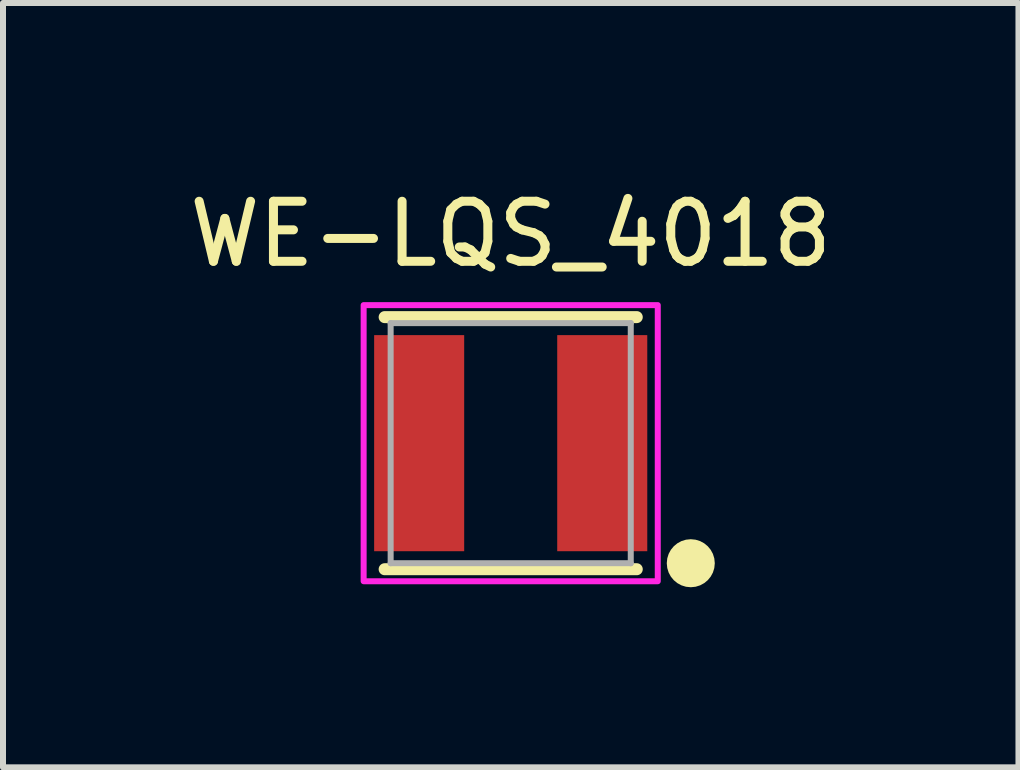
<source format=kicad_pcb>
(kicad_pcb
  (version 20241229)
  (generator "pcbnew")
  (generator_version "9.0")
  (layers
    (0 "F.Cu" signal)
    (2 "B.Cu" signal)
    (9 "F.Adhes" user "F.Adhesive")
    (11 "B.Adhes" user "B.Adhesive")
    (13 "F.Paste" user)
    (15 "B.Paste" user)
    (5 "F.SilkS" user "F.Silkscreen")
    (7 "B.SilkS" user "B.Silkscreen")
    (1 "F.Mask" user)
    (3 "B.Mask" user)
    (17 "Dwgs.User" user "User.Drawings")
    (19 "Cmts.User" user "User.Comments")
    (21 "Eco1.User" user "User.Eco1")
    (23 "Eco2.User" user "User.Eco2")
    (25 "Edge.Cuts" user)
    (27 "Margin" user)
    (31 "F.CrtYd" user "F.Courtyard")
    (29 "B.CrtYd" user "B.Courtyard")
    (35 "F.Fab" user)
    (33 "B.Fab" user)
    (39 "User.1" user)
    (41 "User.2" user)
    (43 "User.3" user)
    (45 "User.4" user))
  (footprint "WE-LQS_4018"
    (layer "F.Cu")
    (at 5.458 4.333)
    (property "Reference" "WE-LQS_4018" (at 0 -3.485 0) (layer "F.SilkS") (effects (font (size 1 1) (thickness 0.15))))
    (attr smd)
    (fp_line (start 2.1 -2.1) (end -2.1 -2.1) (stroke (width 0.2) (type solid)) (layer "F.SilkS"))
    (fp_line (start 2.1 2.1) (end -2.1 2.1) (stroke (width 0.2) (type solid)) (layer "F.SilkS"))
    (fp_circle (center 3 2) (end 3.2 2) (stroke (width 0.4) (type solid)) (fill no) (layer "F.SilkS"))
    (fp_poly (pts (xy 2.45 2.3) (xy -2.45 2.3) (xy -2.45 -2.3) (xy 2.45 -2.3)) (stroke (width 0.1) (type solid)) (fill no) (layer "F.CrtYd"))
    (fp_line (start -2 -2) (end 2 -2) (stroke (width 0.1) (type solid)) (layer "F.Fab"))
    (fp_line (start -2 2) (end -2 -2) (stroke (width 0.1) (type solid)) (layer "F.Fab"))
    (fp_line (start 2 -2) (end 2 2) (stroke (width 0.1) (type solid)) (layer "F.Fab"))
    (fp_line (start 2 2) (end -2 2) (stroke (width 0.1) (type solid)) (layer "F.Fab"))
    (pad "1" smd rect (at 1.525 0) (size 1.5 3.6) (layers "F.Cu" "F.Mask" "F.Paste"))
    (pad "2" smd rect (at -1.525 0) (size 1.5 3.6) (layers "F.Cu" "F.Mask" "F.Paste")))
  (gr_rect
    (start -3 -3)
    (end 13.917 9.733)
    (stroke (width 0.1) (type default))
    (fill no)
    (layer "Edge.Cuts")))
</source>
